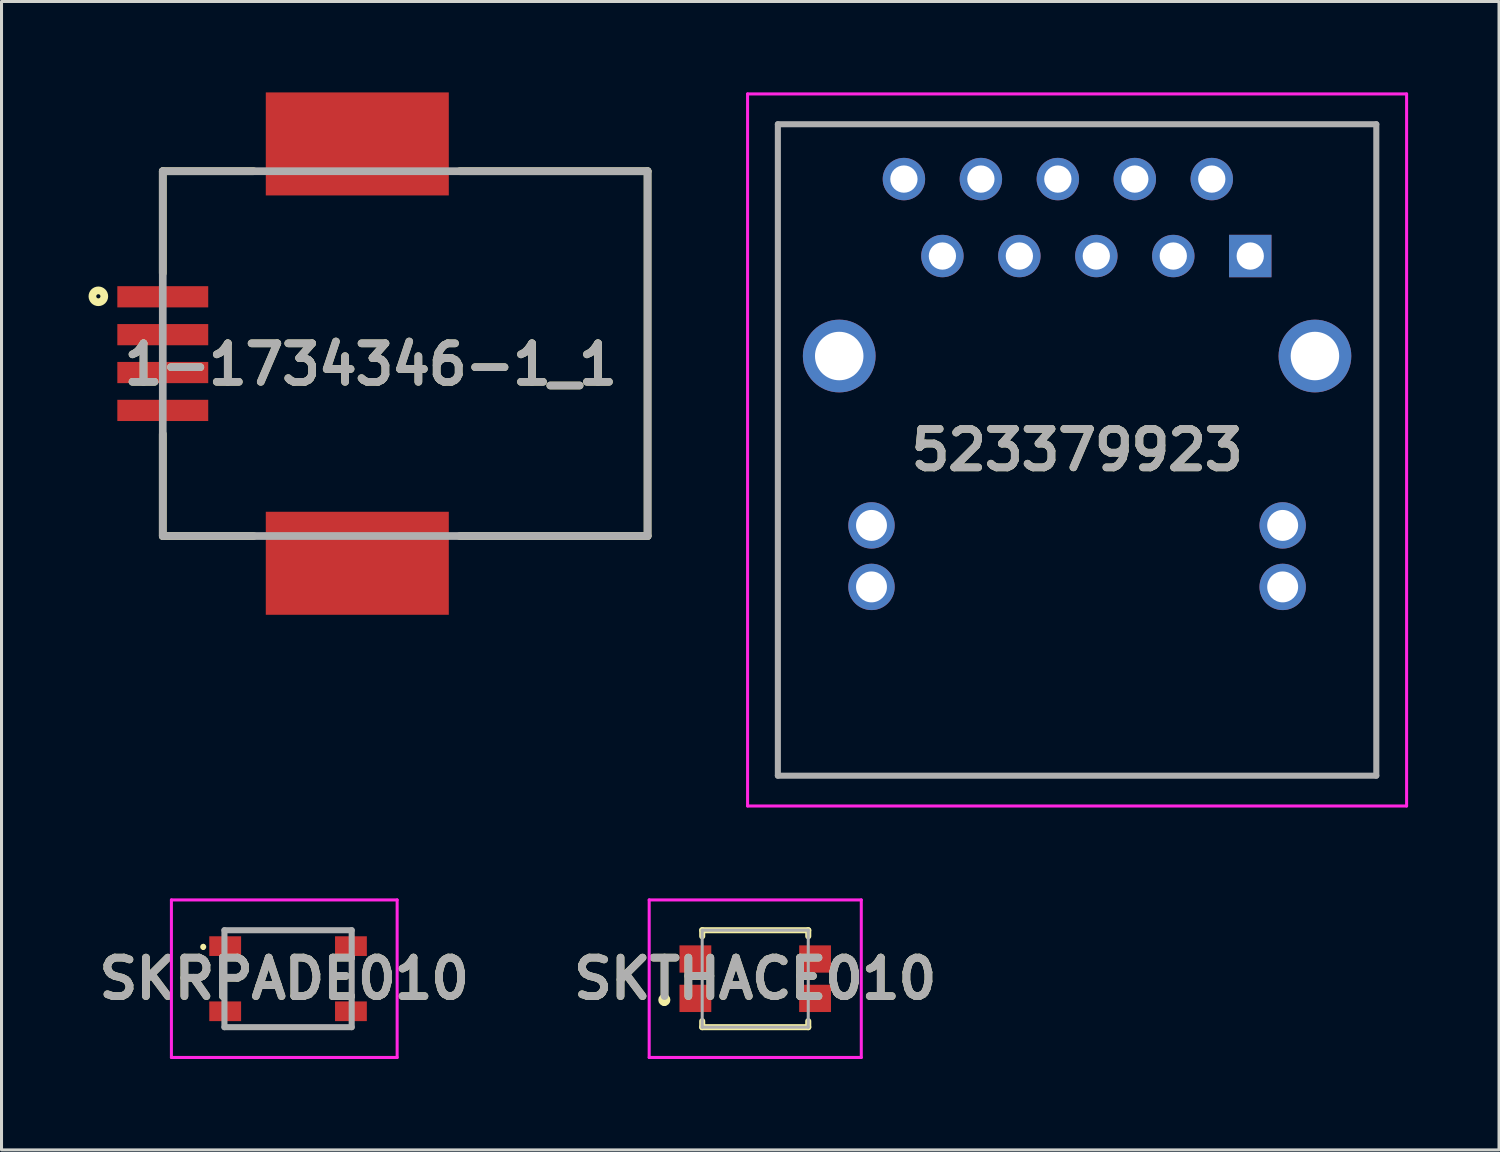
<source format=kicad_pcb>
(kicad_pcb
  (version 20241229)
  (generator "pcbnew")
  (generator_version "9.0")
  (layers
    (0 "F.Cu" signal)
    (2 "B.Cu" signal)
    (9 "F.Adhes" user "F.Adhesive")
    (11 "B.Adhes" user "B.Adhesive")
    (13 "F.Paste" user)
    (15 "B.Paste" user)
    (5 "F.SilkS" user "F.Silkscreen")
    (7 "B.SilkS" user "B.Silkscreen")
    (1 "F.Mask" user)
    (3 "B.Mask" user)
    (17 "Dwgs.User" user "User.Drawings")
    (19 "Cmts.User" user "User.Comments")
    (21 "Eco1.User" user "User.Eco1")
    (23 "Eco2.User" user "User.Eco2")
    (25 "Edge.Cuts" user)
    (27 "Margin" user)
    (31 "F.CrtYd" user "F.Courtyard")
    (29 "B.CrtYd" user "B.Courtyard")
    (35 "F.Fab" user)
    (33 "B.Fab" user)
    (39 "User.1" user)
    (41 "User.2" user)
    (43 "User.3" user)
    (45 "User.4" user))
  (footprint "SKRPADE010"
    (layer "F.Cu")
    (at 6.332 29.25)
    (property "Reference" "SKRPADE010" (at 0 0 0) (layer "F.SilkS") (effects (font (size 1.27 1.27) (thickness 0.254))))
    (attr smd)
    (fp_line (start -2.675 -1.1) (end -2.675 -1.1) (stroke (width 0.1) (type solid)) (layer "F.SilkS"))
    (fp_line (start -2.675 -1) (end -2.675 -1) (stroke (width 0.1) (type solid)) (layer "F.SilkS"))
    (fp_line (start -1.975 -1.6) (end 2.225 -1.6) (stroke (width 0.1) (type solid)) (layer "F.SilkS"))
    (fp_line (start -1.975 -0.5) (end -1.975 0.5) (stroke (width 0.1) (type solid)) (layer "F.SilkS"))
    (fp_line (start -1.975 1.6) (end 2.225 1.6) (stroke (width 0.1) (type solid)) (layer "F.SilkS"))
    (fp_line (start 2.225 -0.5) (end 2.225 0.5) (stroke (width 0.1) (type solid)) (layer "F.SilkS"))
    (fp_arc (start -2.675 -1.1) (mid -2.625 -1.05) (end -2.675 -1) (stroke (width 0.1) (type solid)) (layer "F.SilkS"))
    (fp_arc (start -2.675 -1) (mid -2.725 -1.05) (end -2.675 -1.1) (stroke (width 0.1) (type solid)) (layer "F.SilkS"))
    (fp_line (start -3.725 -2.6) (end 3.725 -2.6) (stroke (width 0.1) (type solid)) (layer "F.CrtYd"))
    (fp_line (start -3.725 2.6) (end -3.725 -2.6) (stroke (width 0.1) (type solid)) (layer "F.CrtYd"))
    (fp_line (start 3.725 -2.6) (end 3.725 2.6) (stroke (width 0.1) (type solid)) (layer "F.CrtYd"))
    (fp_line (start 3.725 2.6) (end -3.725 2.6) (stroke (width 0.1) (type solid)) (layer "F.CrtYd"))
    (fp_line (start -1.975 -1.6) (end 2.225 -1.6) (stroke (width 0.2) (type solid)) (layer "F.Fab"))
    (fp_line (start -1.975 1.6) (end -1.975 -1.6) (stroke (width 0.2) (type solid)) (layer "F.Fab"))
    (fp_line (start 2.225 -1.6) (end 2.225 1.6) (stroke (width 0.2) (type solid)) (layer "F.Fab"))
    (fp_line (start 2.225 1.6) (end -1.975 1.6) (stroke (width 0.2) (type solid)) (layer "F.Fab"))
    (fp_text user "${REFERENCE}" (at 0 0 0) (layer "F.Fab") (effects (font (size 1.27 1.27) (thickness 0.254))))
    (pad "1" smd rect (at -1.95 -1.075 90) (size 0.65 1.05) (layers "F.Cu" "F.Mask" "F.Paste"))
    (pad "2" smd rect (at 2.2 -1.075 90) (size 0.65 1.05) (layers "F.Cu" "F.Mask" "F.Paste"))
    (pad "3" smd rect (at -1.95 1.075 90) (size 0.65 1.05) (layers "F.Cu" "F.Mask" "F.Paste"))
    (pad "4" smd rect (at 2.2 1.075 90) (size 0.65 1.05) (layers "F.Cu" "F.Mask" "F.Paste")))
  (footprint "1-1734346-1_1"
    (layer "F.Cu")
    (at 18.322 8.62)
    (property "Reference" "1-1734346-1_1" (at -9.137 0.357 0) (layer "F.SilkS") (effects (font (size 1.27 1.27) (thickness 0.254))))
    (attr through_hole)
    (fp_line (start -16 -6.02) (end -16 -2.65) (stroke (width 0.254) (type solid)) (layer "F.SilkS"))
    (fp_line (start -16 -6.02) (end -13 -6.02) (stroke (width 0.254) (type solid)) (layer "F.SilkS"))
    (fp_line (start -16 6.02) (end -16 2.65) (stroke (width 0.254) (type solid)) (layer "F.SilkS"))
    (fp_line (start -16 6.02) (end -13 6.02) (stroke (width 0.254) (type solid)) (layer "F.SilkS"))
    (fp_line (start 0 -6.02) (end -6.2 -6.02) (stroke (width 0.254) (type solid)) (layer "F.SilkS"))
    (fp_line (start 0 -6.02) (end 0 6.02) (stroke (width 0.254) (type solid)) (layer "F.SilkS"))
    (fp_line (start 0 6.02) (end -6.2 6.02) (stroke (width 0.254) (type solid)) (layer "F.SilkS"))
    (fp_circle (center -18.126 -1.891) (end -18.126 -1.822) (stroke (width 0.254) (type solid)) (fill no) (layer "F.SilkS"))
    (fp_line (start -16 -6.02) (end 0 -6.02) (stroke (width 0.254) (type solid)) (layer "F.Fab"))
    (fp_line (start -16 6.02) (end -16 -6.02) (stroke (width 0.254) (type solid)) (layer "F.Fab"))
    (fp_line (start 0 -6.02) (end 0 6.02) (stroke (width 0.254) (type solid)) (layer "F.Fab"))
    (fp_line (start 0 6.02) (end -16 6.02) (stroke (width 0.254) (type solid)) (layer "F.Fab"))
    (fp_text user "${REFERENCE}" (at -9.137 0.357 0) (layer "F.Fab") (effects (font (size 1.27 1.27) (thickness 0.254))))
    (pad "" np_thru_hole circle (at -9 -2.75) (size 0.001 0.001) (drill 1.4) (layers "*.Cu" "*.Mask"))
    (pad "" np_thru_hole circle (at -9 2.75) (size 0.001 0.001) (drill 1.4) (layers "*.Cu" "*.Mask"))
    (pad "1" smd rect (at -16 -1.875 90) (size 0.7 3) (layers "F.Cu" "F.Mask" "F.Paste"))
    (pad "2" smd rect (at -16 0.625 90) (size 0.7 3) (layers "F.Cu" "F.Mask" "F.Paste"))
    (pad "3" smd rect (at -16 1.875 90) (size 0.7 3) (layers "F.Cu" "F.Mask" "F.Paste"))
    (pad "4" smd rect (at -16 -0.625 90) (size 0.7 3) (layers "F.Cu" "F.Mask" "F.Paste"))
    (pad "5" smd rect (at -9.58 -6.92 90) (size 3.4 6.04) (layers "F.Cu" "F.Mask" "F.Paste"))
    (pad "6" smd rect (at -9.58 6.92 90) (size 3.4 6.04) (layers "F.Cu" "F.Mask" "F.Paste")))
  (footprint "523379923"
    (layer "F.Cu")
    (at 38.212 5.4)
    (property "Reference" "523379923" (at -5.715 6.4 0) (layer "F.SilkS") (effects (font (size 1.27 1.27) (thickness 0.254))))
    (attr through_hole)
    (fp_line (start -15.59 -4.35) (end 4.16 -4.35) (stroke (width 0.1) (type solid)) (layer "F.SilkS"))
    (fp_line (start -15.59 17.15) (end -15.59 -4.35) (stroke (width 0.1) (type solid)) (layer "F.SilkS"))
    (fp_line (start 4.16 -4.35) (end 4.16 17.15) (stroke (width 0.1) (type solid)) (layer "F.SilkS"))
    (fp_line (start 4.16 17.15) (end -15.59 17.15) (stroke (width 0.1) (type solid)) (layer "F.SilkS"))
    (fp_line (start -16.59 -5.35) (end 5.16 -5.35) (stroke (width 0.1) (type solid)) (layer "F.CrtYd"))
    (fp_line (start -16.59 18.15) (end -16.59 -5.35) (stroke (width 0.1) (type solid)) (layer "F.CrtYd"))
    (fp_line (start 5.16 -5.35) (end 5.16 18.15) (stroke (width 0.1) (type solid)) (layer "F.CrtYd"))
    (fp_line (start 5.16 18.15) (end -16.59 18.15) (stroke (width 0.1) (type solid)) (layer "F.CrtYd"))
    (fp_line (start -15.59 -4.35) (end 4.16 -4.35) (stroke (width 0.2) (type solid)) (layer "F.Fab"))
    (fp_line (start -15.59 17.15) (end -15.59 -4.35) (stroke (width 0.2) (type solid)) (layer "F.Fab"))
    (fp_line (start 4.16 -4.35) (end 4.16 17.15) (stroke (width 0.2) (type solid)) (layer "F.Fab"))
    (fp_line (start 4.16 17.15) (end -15.59 17.15) (stroke (width 0.2) (type solid)) (layer "F.Fab"))
    (fp_text user "${REFERENCE}" (at -5.715 6.4 0) (layer "F.Fab") (effects (font (size 1.27 1.27) (thickness 0.254))))
    (pad "" np_thru_hole circle (at -11.43 6.35) (size 0.001 0.001) (drill 3.2) (layers "*.Cu" "*.Mask"))
    (pad "" np_thru_hole circle (at 0 6.35) (size 0.001 0.001) (drill 3.2) (layers "*.Cu" "*.Mask"))
    (pad "MH1" thru_hole circle (at -13.565 3.3) (size 2.4 2.4) (drill 1.6) (layers "*.Cu" "*.Mask"))
    (pad "MH2" thru_hole circle (at 2.135 3.3) (size 2.4 2.4) (drill 1.6) (layers "*.Cu" "*.Mask"))
    (pad "P1" thru_hole rect (at 0 0) (size 1.4 1.4) (drill 0.9) (layers "*.Cu" "*.Mask"))
    (pad "P2" thru_hole circle (at -1.27 -2.54) (size 1.4 1.4) (drill 0.9) (layers "*.Cu" "*.Mask"))
    (pad "P3" thru_hole circle (at -2.54 0) (size 1.4 1.4) (drill 0.9) (layers "*.Cu" "*.Mask"))
    (pad "P4" thru_hole circle (at -3.81 -2.54) (size 1.4 1.4) (drill 0.9) (layers "*.Cu" "*.Mask"))
    (pad "P5" thru_hole circle (at -5.08 0) (size 1.4 1.4) (drill 0.9) (layers "*.Cu" "*.Mask"))
    (pad "P6" thru_hole circle (at -6.35 -2.54) (size 1.4 1.4) (drill 0.9) (layers "*.Cu" "*.Mask"))
    (pad "P7" thru_hole circle (at -7.62 0) (size 1.4 1.4) (drill 0.9) (layers "*.Cu" "*.Mask"))
    (pad "P8" thru_hole circle (at -8.89 -2.54) (size 1.4 1.4) (drill 0.9) (layers "*.Cu" "*.Mask"))
    (pad "P9" thru_hole circle (at -10.16 0) (size 1.4 1.4) (drill 0.9) (layers "*.Cu" "*.Mask"))
    (pad "P10" thru_hole circle (at -11.43 -2.54) (size 1.4 1.4) (drill 0.9) (layers "*.Cu" "*.Mask"))
    (pad "P11" thru_hole circle (at -12.5 8.89) (size 1.53 1.53) (drill 1.02) (layers "*.Cu" "*.Mask"))
    (pad "P12" thru_hole circle (at -12.5 10.92) (size 1.53 1.53) (drill 1.02) (layers "*.Cu" "*.Mask"))
    (pad "P13" thru_hole circle (at 1.07 8.89) (size 1.53 1.53) (drill 1.02) (layers "*.Cu" "*.Mask"))
    (pad "P14" thru_hole circle (at 1.07 10.92) (size 1.53 1.53) (drill 1.02) (layers "*.Cu" "*.Mask")))
  (footprint "SKTHACE010"
    (layer "F.Cu")
    (at 21.875 29.25)
    (property "Reference" "SKTHACE010" (at 0 0 0) (layer "F.SilkS") (effects (font (size 1.27 1.27) (thickness 0.254))))
    (attr smd)
    (fp_line (start -3 0.6) (end -3 0.6) (stroke (width 0.2) (type solid)) (layer "F.SilkS"))
    (fp_line (start -3 0.8) (end -3 0.8) (stroke (width 0.2) (type solid)) (layer "F.SilkS"))
    (fp_line (start -1.75 -1.6) (end 1.75 -1.6) (stroke (width 0.2) (type solid)) (layer "F.SilkS"))
    (fp_line (start -1.75 -1.4) (end -1.75 -1.6) (stroke (width 0.2) (type solid)) (layer "F.SilkS"))
    (fp_line (start -1.75 1.4) (end -1.75 1.6) (stroke (width 0.2) (type solid)) (layer "F.SilkS"))
    (fp_line (start -1.75 1.6) (end 1.75 1.6) (stroke (width 0.2) (type solid)) (layer "F.SilkS"))
    (fp_line (start 1.75 -1.6) (end 1.75 -1.4) (stroke (width 0.2) (type solid)) (layer "F.SilkS"))
    (fp_line (start 1.75 1.6) (end 1.75 1.4) (stroke (width 0.2) (type solid)) (layer "F.SilkS"))
    (fp_arc (start -3 0.6) (mid -2.9 0.7) (end -3 0.8) (stroke (width 0.2) (type solid)) (layer "F.SilkS"))
    (fp_arc (start -3 0.8) (mid -3.1 0.7) (end -3 0.6) (stroke (width 0.2) (type solid)) (layer "F.SilkS"))
    (fp_line (start -3.5 -2.6) (end 3.5 -2.6) (stroke (width 0.1) (type solid)) (layer "F.CrtYd"))
    (fp_line (start -3.5 2.6) (end -3.5 -2.6) (stroke (width 0.1) (type solid)) (layer "F.CrtYd"))
    (fp_line (start 3.5 -2.6) (end 3.5 2.6) (stroke (width 0.1) (type solid)) (layer "F.CrtYd"))
    (fp_line (start 3.5 2.6) (end -3.5 2.6) (stroke (width 0.1) (type solid)) (layer "F.CrtYd"))
    (fp_line (start -1.75 -1.6) (end 1.75 -1.6) (stroke (width 0.1) (type solid)) (layer "F.Fab"))
    (fp_line (start -1.75 1.6) (end -1.75 -1.6) (stroke (width 0.1) (type solid)) (layer "F.Fab"))
    (fp_line (start 1.75 -1.6) (end 1.75 1.6) (stroke (width 0.1) (type solid)) (layer "F.Fab"))
    (fp_line (start 1.75 1.6) (end -1.75 1.6) (stroke (width 0.1) (type solid)) (layer "F.Fab"))
    (fp_text user "${REFERENCE}" (at 0 0 0) (layer "F.Fab") (effects (font (size 1.27 1.27) (thickness 0.254))))
    (pad "1" smd rect (at -1.975 0.65 90) (size 0.9 1.05) (layers "F.Cu" "F.Mask" "F.Paste"))
    (pad "2" smd rect (at 1.975 0.65 90) (size 0.9 1.05) (layers "F.Cu" "F.Mask" "F.Paste"))
    (pad "3" smd rect (at -1.975 -0.65 90) (size 0.9 1.05) (layers "F.Cu" "F.Mask" "F.Paste"))
    (pad "4" smd rect (at 1.975 -0.65 90) (size 0.9 1.05) (layers "F.Cu" "F.Mask" "F.Paste")))
  (gr_rect
    (start -3 -3)
    (end 46.422 34.9)
    (stroke (width 0.1) (type default))
    (fill no)
    (layer "Edge.Cuts")))
</source>
